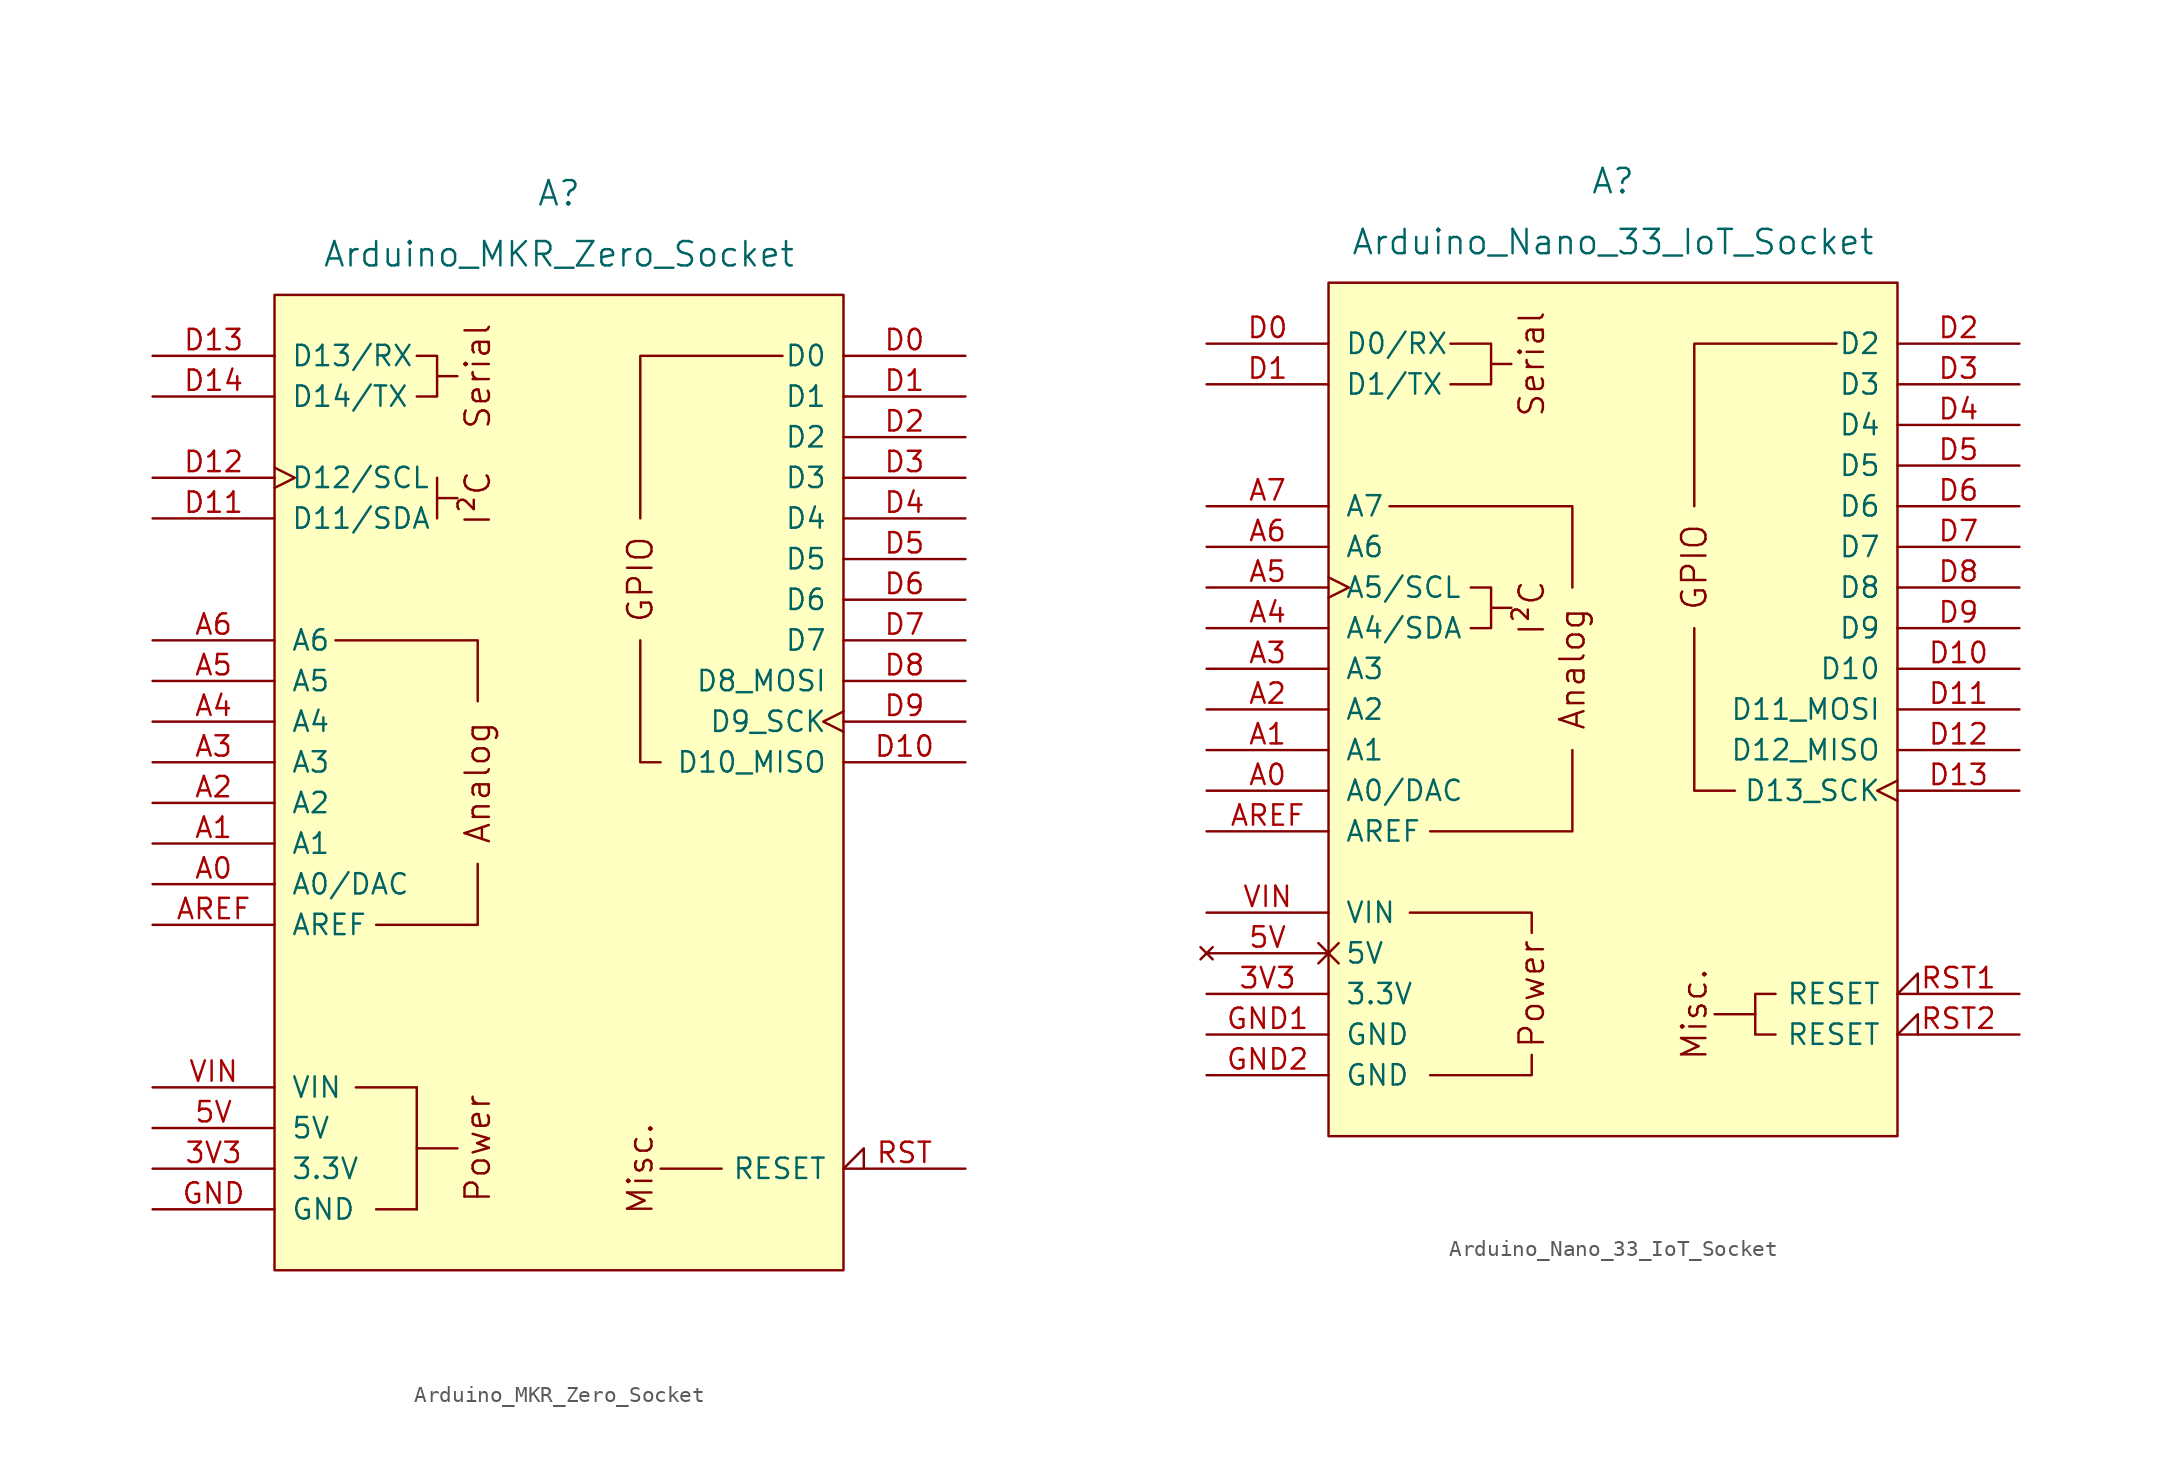
<source format=kicad_sym>
(kicad_symbol_lib
  (version 20211014)
  (generator kicad_symbol_editor)
  (symbol "Arduino_MKR_Zero_Socket"
    (pin_names
      (offset 1.016))
    (property "Reference" "A"
      (at 0 36.83 0)
      (effects (font (size 1.524 1.524))))
    (property "Value" "Arduino_MKR_Zero_Socket"
      (at 0 33.02 0)
      (effects (font (size 1.524 1.524))))
    (symbol "Arduino_MKR_Zero_Socket_0_0"
      (rectangle (start -17.78 30.48) (end 17.78 -30.48) (stroke (width 0) (type default) (color 0 0 0 0)) (fill (type background)))
      (rectangle (start -12.7 -19.05) (end -8.89 -19.05) (stroke (width 0) (type default) (color 0 0 0 0)) (fill (type none)))
      (rectangle (start -11.43 -26.67) (end -8.89 -26.67) (stroke (width 0) (type default) (color 0 0 0 0)) (fill (type none)))
      (rectangle (start -8.89 -22.86) (end -6.35 -22.86) (stroke (width 0) (type default) (color 0 0 0 0)) (fill (type none)))
      (polyline (pts (xy -8.89 -19.05) (xy -8.89 -26.67)) (stroke (width 0) (type default) (color 0 0 0 0)) (fill (type none)))
      (polyline (pts (xy -7.62 25.4) (xy -6.35 25.4)) (stroke (width 0) (type default) (color 0 0 0 0)) (fill (type none)))
      (polyline (pts (xy -5.08 -5.08) (xy -5.08 -8.89) (xy -11.43 -8.89)) (stroke (width 0) (type default) (color 0 0 0 0)) (fill (type none)))
      (polyline (pts (xy -5.08 5.08) (xy -5.08 8.89) (xy -13.97 8.89)) (stroke (width 0) (type default) (color 0 0 0 0)) (fill (type none)))
      (polyline (pts (xy 5.08 8.89) (xy 5.08 1.27) (xy 6.35 1.27)) (stroke (width 0) (type default) (color 0 0 0 0)) (fill (type none)))
      (polyline (pts (xy 5.08 16.51) (xy 5.08 26.67) (xy 13.97 26.67)) (stroke (width 0) (type default) (color 0 0 0 0)) (fill (type none)))
      (polyline (pts (xy -8.89 26.67) (xy -7.62 26.67) (xy -7.62 24.13) (xy -8.89 24.13)) (stroke (width 0) (type default) (color 0 0 0 0)) (fill (type none)))
      (rectangle (start 6.35 -24.13) (end 10.16 -24.13) (stroke (width 0) (type default) (color 0 0 0 0)) (fill (type none)))
      (text "Analog" (at -5.08 0 900) (effects (font (size 1.524 1.524))))
      (text "I²C" (at -5.08 17.78 900) (effects (font (size 1.524 1.524))))
      (text "Misc." (at 5.08 -24.13 900) (effects (font (size 1.524 1.524))))
      (text "Power" (at -5.08 -22.86 900) (effects (font (size 1.524 1.524))))
      (text "Serial" (at -5.08 25.4 900) (effects (font (size 1.524 1.524)))))
    (symbol "Arduino_MKR_Zero_Socket_0_1"
      (polyline (pts (xy -7.62 16.51) (xy -7.62 19.05)) (stroke (width 0) (type default) (color 0 0 0 0)) (fill (type none)))
      (polyline (pts (xy -7.62 17.78) (xy -6.35 17.78)) (stroke (width 0) (type default) (color 0 0 0 0)) (fill (type none))))
    (symbol "Arduino_MKR_Zero_Socket_1_0"
      (text "GPIO" (at 5.08 12.7 900) (effects (font (size 1.524 1.524)))))
    (symbol "Arduino_MKR_Zero_Socket_1_1"
      (pin power_out line (at -25.4 -24.13 0) (length 7.62) (name "3.3V" (effects (font (size 1.27 1.27)))) (number "3V3" (effects (font (size 1.27 1.27)))))
      (pin power_in line (at -25.4 -21.59 0) (length 7.62) (name "5V" (effects (font (size 1.27 1.27)))) (number "5V" (effects (font (size 1.27 1.27)))))
      (pin bidirectional line (at -25.4 -6.35 0) (length 7.62) (name "A0/DAC" (effects (font (size 1.27 1.27)))) (number "A0" (effects (font (size 1.27 1.27)))))
      (pin bidirectional line (at -25.4 -3.81 0) (length 7.62) (name "A1" (effects (font (size 1.27 1.27)))) (number "A1" (effects (font (size 1.27 1.27)))))
      (pin bidirectional line (at -25.4 -1.27 0) (length 7.62) (name "A2" (effects (font (size 1.27 1.27)))) (number "A2" (effects (font (size 1.27 1.27)))))
      (pin bidirectional line (at -25.4 1.27 0) (length 7.62) (name "A3" (effects (font (size 1.27 1.27)))) (number "A3" (effects (font (size 1.27 1.27)))))
      (pin bidirectional line (at -25.4 3.81 0) (length 7.62) (name "A4" (effects (font (size 1.27 1.27)))) (number "A4" (effects (font (size 1.27 1.27)))))
      (pin bidirectional line (at -25.4 6.35 0) (length 7.62) (name "A5" (effects (font (size 1.27 1.27)))) (number "A5" (effects (font (size 1.27 1.27)))))
      (pin bidirectional line (at -25.4 8.89 0) (length 7.62) (name "A6" (effects (font (size 1.27 1.27)))) (number "A6" (effects (font (size 1.27 1.27)))))
      (pin input line (at -25.4 -8.89 0) (length 7.62) (name "AREF" (effects (font (size 1.27 1.27)))) (number "AREF" (effects (font (size 1.27 1.27)))))
      (pin bidirectional line (at 25.4 26.67 180) (length 7.62) (name "D0" (effects (font (size 1.27 1.27)))) (number "D0" (effects (font (size 1.27 1.27)))))
      (pin bidirectional line (at 25.4 24.13 180) (length 7.62) (name "D1" (effects (font (size 1.27 1.27)))) (number "D1" (effects (font (size 1.27 1.27)))))
      (pin bidirectional line (at 25.4 1.27 180) (length 7.62) (name "D10_MISO" (effects (font (size 1.27 1.27)))) (number "D10" (effects (font (size 1.27 1.27)))))
      (pin bidirectional line (at -25.4 16.51 0) (length 7.62) (name "D11/SDA" (effects (font (size 1.27 1.27)))) (number "D11" (effects (font (size 1.27 1.27)))))
      (pin bidirectional clock (at -25.4 19.05 0) (length 7.62) (name "D12/SCL" (effects (font (size 1.27 1.27)))) (number "D12" (effects (font (size 1.27 1.27)))))
      (pin bidirectional line (at -25.4 26.67 0) (length 7.62) (name "D13/RX" (effects (font (size 1.27 1.27)))) (number "D13" (effects (font (size 1.27 1.27)))))
      (pin bidirectional line (at -25.4 24.13 0) (length 7.62) (name "D14/TX" (effects (font (size 1.27 1.27)))) (number "D14" (effects (font (size 1.27 1.27)))))
      (pin bidirectional line (at 25.4 21.59 180) (length 7.62) (name "D2" (effects (font (size 1.27 1.27)))) (number "D2" (effects (font (size 1.27 1.27)))))
      (pin bidirectional line (at 25.4 19.05 180) (length 7.62) (name "D3" (effects (font (size 1.27 1.27)))) (number "D3" (effects (font (size 1.27 1.27)))))
      (pin bidirectional line (at 25.4 16.51 180) (length 7.62) (name "D4" (effects (font (size 1.27 1.27)))) (number "D4" (effects (font (size 1.27 1.27)))))
      (pin bidirectional line (at 25.4 13.97 180) (length 7.62) (name "D5" (effects (font (size 1.27 1.27)))) (number "D5" (effects (font (size 1.27 1.27)))))
      (pin bidirectional line (at 25.4 11.43 180) (length 7.62) (name "D6" (effects (font (size 1.27 1.27)))) (number "D6" (effects (font (size 1.27 1.27)))))
      (pin bidirectional line (at 25.4 8.89 180) (length 7.62) (name "D7" (effects (font (size 1.27 1.27)))) (number "D7" (effects (font (size 1.27 1.27)))))
      (pin bidirectional line (at 25.4 6.35 180) (length 7.62) (name "D8_MOSI" (effects (font (size 1.27 1.27)))) (number "D8" (effects (font (size 1.27 1.27)))))
      (pin bidirectional clock (at 25.4 3.81 180) (length 7.62) (name "D9_SCK" (effects (font (size 1.27 1.27)))) (number "D9" (effects (font (size 1.27 1.27)))))
      (pin power_in line (at -25.4 -26.67 0) (length 7.62) (name "GND" (effects (font (size 1.27 1.27)))) (number "GND" (effects (font (size 1.27 1.27)))))
      (pin open_collector input_low (at 25.4 -24.13 180) (length 7.62) (name "RESET" (effects (font (size 1.27 1.27)))) (number "RST" (effects (font (size 1.27 1.27)))))
      (pin power_in line (at -25.4 -19.05 0) (length 7.62) (name "VIN" (effects (font (size 1.27 1.27)))) (number "VIN" (effects (font (size 1.27 1.27)))))))
  (symbol "Arduino_Nano_33_IoT_Socket"
    (pin_names
      (offset 1.016))
    (property "Reference" "A"
      (at 0 33.02 0)
      (effects (font (size 1.524 1.524))))
    (property "Value" "Arduino_Nano_33_IoT_Socket"
      (at 0 29.21 0)
      (effects (font (size 1.524 1.524))))
    (symbol "Arduino_Nano_33_IoT_Socket_0_0"
      (rectangle (start -17.78 26.67) (end 17.78 -26.67) (stroke (width 0) (type default) (color 0 0 0 0)) (fill (type background)))
      (polyline (pts (xy -7.62 6.35) (xy -6.35 6.35)) (stroke (width 0) (type default) (color 0 0 0 0)) (fill (type none)))
      (polyline (pts (xy -7.62 21.59) (xy -6.35 21.59)) (stroke (width 0) (type default) (color 0 0 0 0)) (fill (type none)))
      (polyline (pts (xy 8.89 -19.05) (xy 6.35 -19.05)) (stroke (width 0) (type default) (color 0 0 0 0)) (fill (type none)))
      (polyline (pts (xy -11.43 -22.86) (xy -5.08 -22.86) (xy -5.08 -21.59)) (stroke (width 0) (type default) (color 0 0 0 0)) (fill (type none)))
      (polyline (pts (xy -5.08 -13.97) (xy -5.08 -12.7) (xy -12.7 -12.7)) (stroke (width 0) (type default) (color 0 0 0 0)) (fill (type none)))
      (polyline (pts (xy -10.16 22.86) (xy -7.62 22.86) (xy -7.62 20.32) (xy -10.16 20.32)) (stroke (width 0) (type default) (color 0 0 0 0)) (fill (type none)))
      (polyline (pts (xy -8.89 7.62) (xy -7.62 7.62) (xy -7.62 5.08) (xy -8.89 5.08)) (stroke (width 0) (type default) (color 0 0 0 0)) (fill (type none)))
      (text "Analog" (at -2.54 2.54 900) (effects (font (size 1.524 1.524))))
      (text "I²C" (at -5.08 6.35 900) (effects (font (size 1.524 1.524))))
      (text "Misc." (at 5.08 -19.05 900) (effects (font (size 1.524 1.524))))
      (text "Power" (at -5.08 -17.78 900) (effects (font (size 1.524 1.524))))
      (text "Serial" (at -5.08 21.59 900) (effects (font (size 1.524 1.524)))))
    (symbol "Arduino_Nano_33_IoT_Socket_0_1"
      (polyline (pts (xy -13.97 12.7) (xy -2.54 12.7) (xy -2.54 7.62)) (stroke (width 0) (type default) (color 0 0 0 0)) (fill (type none)))
      (polyline (pts (xy -11.43 -7.62) (xy -2.54 -7.62) (xy -2.54 -2.54)) (stroke (width 0) (type default) (color 0 0 0 0)) (fill (type none)))
      (polyline (pts (xy 7.62 -5.08) (xy 5.08 -5.08) (xy 5.08 5.08)) (stroke (width 0) (type default) (color 0 0 0 0)) (fill (type none)))
      (polyline (pts (xy 13.97 22.86) (xy 5.08 22.86) (xy 5.08 12.7)) (stroke (width 0) (type default) (color 0 0 0 0)) (fill (type none)))
      (polyline (pts (xy 10.16 -17.78) (xy 8.89 -17.78) (xy 8.89 -20.32) (xy 10.16 -20.32)) (stroke (width 0) (type default) (color 0 0 0 0)) (fill (type none))))
    (symbol "Arduino_Nano_33_IoT_Socket_1_0"
      (text "GPIO" (at 5.08 8.89 900) (effects (font (size 1.524 1.524)))))
    (symbol "Arduino_Nano_33_IoT_Socket_1_1"
      (pin power_in line (at -25.4 -17.78 0) (length 7.62) (name "3.3V" (effects (font (size 1.27 1.27)))) (number "3V3" (effects (font (size 1.27 1.27)))))
      (pin no_connect non_logic (at -25.4 -15.24 0) (length 7.62) (name "5V" (effects (font (size 1.27 1.27)))) (number "5V" (effects (font (size 1.27 1.27)))))
      (pin bidirectional line (at -25.4 -5.08 0) (length 7.62) (name "A0/DAC" (effects (font (size 1.27 1.27)))) (number "A0" (effects (font (size 1.27 1.27)))))
      (pin bidirectional line (at -25.4 -2.54 0) (length 7.62) (name "A1" (effects (font (size 1.27 1.27)))) (number "A1" (effects (font (size 1.27 1.27)))))
      (pin bidirectional line (at -25.4 0 0) (length 7.62) (name "A2" (effects (font (size 1.27 1.27)))) (number "A2" (effects (font (size 1.27 1.27)))))
      (pin bidirectional line (at -25.4 2.54 0) (length 7.62) (name "A3" (effects (font (size 1.27 1.27)))) (number "A3" (effects (font (size 1.27 1.27)))))
      (pin bidirectional line (at -25.4 5.08 0) (length 7.62) (name "A4/SDA" (effects (font (size 1.27 1.27)))) (number "A4" (effects (font (size 1.27 1.27)))))
      (pin bidirectional clock (at -25.4 7.62 0) (length 7.62) (name "A5/SCL" (effects (font (size 1.27 1.27)))) (number "A5" (effects (font (size 1.27 1.27)))))
      (pin input line (at -25.4 10.16 0) (length 7.62) (name "A6" (effects (font (size 1.27 1.27)))) (number "A6" (effects (font (size 1.27 1.27)))))
      (pin input line (at -25.4 12.7 0) (length 7.62) (name "A7" (effects (font (size 1.27 1.27)))) (number "A7" (effects (font (size 1.27 1.27)))))
      (pin input line (at -25.4 -7.62 0) (length 7.62) (name "AREF" (effects (font (size 1.27 1.27)))) (number "AREF" (effects (font (size 1.27 1.27)))))
      (pin bidirectional line (at -25.4 22.86 0) (length 7.62) (name "D0/RX" (effects (font (size 1.27 1.27)))) (number "D0" (effects (font (size 1.27 1.27)))))
      (pin bidirectional line (at -25.4 20.32 0) (length 7.62) (name "D1/TX" (effects (font (size 1.27 1.27)))) (number "D1" (effects (font (size 1.27 1.27)))))
      (pin bidirectional line (at 25.4 2.54 180) (length 7.62) (name "D10" (effects (font (size 1.27 1.27)))) (number "D10" (effects (font (size 1.27 1.27)))))
      (pin bidirectional line (at 25.4 0 180) (length 7.62) (name "D11_MOSI" (effects (font (size 1.27 1.27)))) (number "D11" (effects (font (size 1.27 1.27)))))
      (pin bidirectional line (at 25.4 -2.54 180) (length 7.62) (name "D12_MISO" (effects (font (size 1.27 1.27)))) (number "D12" (effects (font (size 1.27 1.27)))))
      (pin bidirectional clock (at 25.4 -5.08 180) (length 7.62) (name "D13_SCK" (effects (font (size 1.27 1.27)))) (number "D13" (effects (font (size 1.27 1.27)))))
      (pin bidirectional line (at 25.4 22.86 180) (length 7.62) (name "D2" (effects (font (size 1.27 1.27)))) (number "D2" (effects (font (size 1.27 1.27)))))
      (pin bidirectional line (at 25.4 20.32 180) (length 7.62) (name "D3" (effects (font (size 1.27 1.27)))) (number "D3" (effects (font (size 1.27 1.27)))))
      (pin bidirectional line (at 25.4 17.78 180) (length 7.62) (name "D4" (effects (font (size 1.27 1.27)))) (number "D4" (effects (font (size 1.27 1.27)))))
      (pin bidirectional line (at 25.4 15.24 180) (length 7.62) (name "D5" (effects (font (size 1.27 1.27)))) (number "D5" (effects (font (size 1.27 1.27)))))
      (pin bidirectional line (at 25.4 12.7 180) (length 7.62) (name "D6" (effects (font (size 1.27 1.27)))) (number "D6" (effects (font (size 1.27 1.27)))))
      (pin bidirectional line (at 25.4 10.16 180) (length 7.62) (name "D7" (effects (font (size 1.27 1.27)))) (number "D7" (effects (font (size 1.27 1.27)))))
      (pin bidirectional line (at 25.4 7.62 180) (length 7.62) (name "D8" (effects (font (size 1.27 1.27)))) (number "D8" (effects (font (size 1.27 1.27)))))
      (pin bidirectional line (at 25.4 5.08 180) (length 7.62) (name "D9" (effects (font (size 1.27 1.27)))) (number "D9" (effects (font (size 1.27 1.27)))))
      (pin power_in line (at -25.4 -20.32 0) (length 7.62) (name "GND" (effects (font (size 1.27 1.27)))) (number "GND1" (effects (font (size 1.27 1.27)))))
      (pin power_in line (at -25.4 -22.86 0) (length 7.62) (name "GND" (effects (font (size 1.27 1.27)))) (number "GND2" (effects (font (size 1.27 1.27)))))
      (pin open_collector input_low (at 25.4 -17.78 180) (length 7.62) (name "RESET" (effects (font (size 1.27 1.27)))) (number "RST1" (effects (font (size 1.27 1.27)))))
      (pin open_collector input_low (at 25.4 -20.32 180) (length 7.62) (name "RESET" (effects (font (size 1.27 1.27)))) (number "RST2" (effects (font (size 1.27 1.27)))))
      (pin power_in line (at -25.4 -12.7 0) (length 7.62) (name "VIN" (effects (font (size 1.27 1.27)))) (number "VIN" (effects (font (size 1.27 1.27))))))))
</source>
